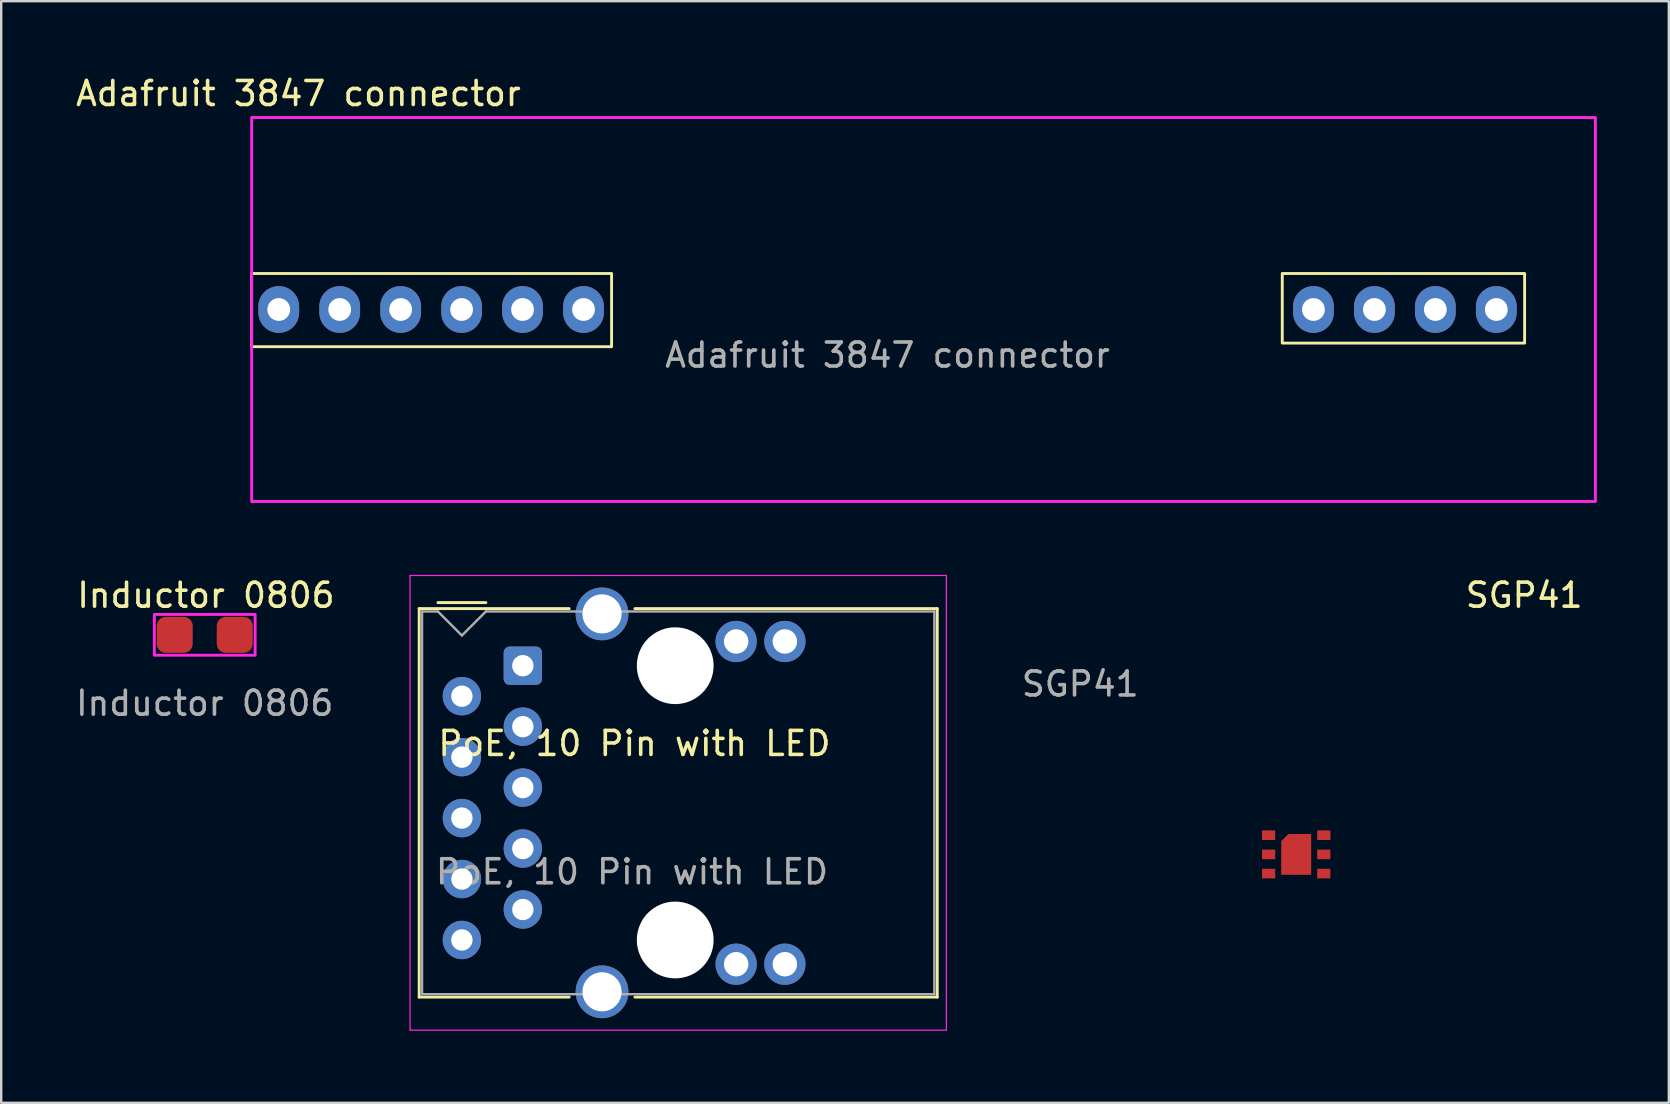
<source format=kicad_pcb>
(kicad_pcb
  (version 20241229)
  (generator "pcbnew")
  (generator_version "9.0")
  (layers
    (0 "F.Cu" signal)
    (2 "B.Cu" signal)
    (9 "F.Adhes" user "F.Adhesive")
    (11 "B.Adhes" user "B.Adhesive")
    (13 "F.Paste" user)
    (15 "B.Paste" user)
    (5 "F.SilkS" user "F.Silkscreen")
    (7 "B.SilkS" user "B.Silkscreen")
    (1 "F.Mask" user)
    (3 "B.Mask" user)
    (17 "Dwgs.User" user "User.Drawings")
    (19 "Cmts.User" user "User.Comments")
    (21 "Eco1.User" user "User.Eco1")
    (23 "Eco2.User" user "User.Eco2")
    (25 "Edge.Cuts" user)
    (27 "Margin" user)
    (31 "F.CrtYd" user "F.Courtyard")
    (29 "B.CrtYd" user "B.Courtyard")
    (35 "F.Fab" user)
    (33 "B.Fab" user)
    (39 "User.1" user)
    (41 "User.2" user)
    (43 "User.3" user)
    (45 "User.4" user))
  (footprint "PoE, 10 Pin with LED"
    (layer "F.Cu")
    (at 24.859 29.813)
    (property "Reference" "PoE, 10 Pin with LED" (at -1.47 -1.88 0) (unlocked yes) (layer "F.SilkS") (effects (font (size 1 1) (thickness 0.15))))
    (attr smd)
    (fp_line (start -10.44 -7.5) (end -10.44 8.69) (stroke (width 0.12) (type solid)) (layer "F.SilkS"))
    (fp_line (start -10.44 8.69) (end -4.19 8.69) (stroke (width 0.12) (type solid)) (layer "F.SilkS"))
    (fp_line (start -9.66 -7.75) (end -7.66 -7.75) (stroke (width 0.12) (type solid)) (layer "F.SilkS"))
    (fp_line (start -4.19 -7.5) (end -10.44 -7.5) (stroke (width 0.12) (type solid)) (layer "F.SilkS"))
    (fp_line (start -1.45 8.69) (end 11.15 8.69) (stroke (width 0.12) (type solid)) (layer "F.SilkS"))
    (fp_line (start 11.15 -7.5) (end -1.45 -7.5) (stroke (width 0.12) (type solid)) (layer "F.SilkS"))
    (fp_line (start 11.15 8.69) (end 11.15 -7.5) (stroke (width 0.12) (type solid)) (layer "F.SilkS"))
    (fp_line (start -10.82 -8.88) (end -10.82 10.07) (stroke (width 0.05) (type solid)) (layer "F.CrtYd"))
    (fp_line (start 11.53 -8.88) (end -10.82 -8.88) (stroke (width 0.05) (type solid)) (layer "F.CrtYd"))
    (fp_line (start 11.53 10.07) (end -10.82 10.07) (stroke (width 0.05) (type solid)) (layer "F.CrtYd"))
    (fp_line (start 11.53 10.07) (end 11.53 -8.88) (stroke (width 0.05) (type solid)) (layer "F.CrtYd"))
    (fp_line (start -10.32 -7.38) (end -10.32 8.57) (stroke (width 0.1) (type solid)) (layer "F.Fab"))
    (fp_line (start -10.32 8.57) (end 11.03 8.57) (stroke (width 0.1) (type solid)) (layer "F.Fab"))
    (fp_line (start -9.66 -7.38) (end -10.32 -7.38) (stroke (width 0.1) (type solid)) (layer "F.Fab"))
    (fp_line (start -8.66 -6.38) (end -9.66 -7.38) (stroke (width 0.1) (type solid)) (layer "F.Fab"))
    (fp_line (start -8.66 -6.38) (end -7.66 -7.38) (stroke (width 0.1) (type solid)) (layer "F.Fab"))
    (fp_line (start 11.03 -7.38) (end -7.66 -7.38) (stroke (width 0.1) (type solid)) (layer "F.Fab"))
    (fp_line (start 11.03 8.57) (end 11.03 -7.38) (stroke (width 0.1) (type solid)) (layer "F.Fab"))
    (fp_text user "${REFERENCE}" (at -1.57 3.47 0) (unlocked yes) (layer "F.Fab") (effects (font (size 1 1) (thickness 0.15))))
    (pad "" np_thru_hole circle (at 0.23 -5.12 90) (size 3.2 3.2) (drill 3.2) (layers "*.Cu" "*.Mask"))
    (pad "" np_thru_hole circle (at 0.23 6.31 90) (size 3.2 3.2) (drill 3.2) (layers "*.Cu" "*.Mask"))
    (pad "1" thru_hole roundrect (at -6.12 -5.12 90) (size 1.6 1.6) (drill 0.89) (layers "*.Cu" "*.Mask") (roundrect_rratio 0.155))
    (pad "2" thru_hole circle (at -8.66 -3.85 90) (size 1.6 1.6) (drill 0.89) (layers "*.Cu" "*.Mask"))
    (pad "3" thru_hole circle (at -6.12 -2.58 90) (size 1.6 1.6) (drill 0.89) (layers "*.Cu" "*.Mask"))
    (pad "4" thru_hole circle (at -8.66 -1.31 90) (size 1.6 1.6) (drill 0.89) (layers "*.Cu" "*.Mask"))
    (pad "5" thru_hole circle (at -6.12 -0.04 90) (size 1.6 1.6) (drill 0.89) (layers "*.Cu" "*.Mask"))
    (pad "6" thru_hole circle (at -8.66 1.23 90) (size 1.6 1.6) (drill 0.89) (layers "*.Cu" "*.Mask"))
    (pad "7" thru_hole circle (at -6.12 2.5 90) (size 1.6 1.6) (drill 0.89) (layers "*.Cu" "*.Mask"))
    (pad "8" thru_hole circle (at -8.66 3.77 90) (size 1.6 1.6) (drill 0.89) (layers "*.Cu" "*.Mask"))
    (pad "9" thru_hole circle (at -6.12 5.04 90) (size 1.6 1.6) (drill 0.89) (layers "*.Cu" "*.Mask"))
    (pad "10" thru_hole circle (at -8.66 6.31 90) (size 1.6 1.6) (drill 0.89) (layers "*.Cu" "*.Mask"))
    (pad "11" thru_hole circle (at 2.77 -6.13 90) (size 1.72 1.72) (drill 1.02) (layers "*.Cu" "*.Mask"))
    (pad "12" thru_hole circle (at 4.8 -6.13 90) (size 1.72 1.72) (drill 1.02) (layers "*.Cu" "*.Mask"))
    (pad "13" thru_hole circle (at 2.77 7.32 90) (size 1.72 1.72) (drill 1.02) (layers "*.Cu" "*.Mask"))
    (pad "14" thru_hole circle (at 4.8 7.32 90) (size 1.72 1.72) (drill 1.02) (layers "*.Cu" "*.Mask"))
    (pad "15" thru_hole circle (at -2.82 -7.28 90) (size 2.2 2.2) (drill 1.63) (layers "*.Cu" "*.Mask"))
    (pad "16" thru_hole circle (at -2.82 8.47 90) (size 2.2 2.2) (drill 1.63) (layers "*.Cu" "*.Mask")))
  (footprint "Adafruit 3847 connector"
    (layer "F.Cu")
    (at 33.937 9.848)
    (property "Reference" "Adafruit 3847 connector" (at -24.55 -9 0) (unlocked yes) (layer "F.SilkS") (effects (font (size 1 1) (thickness 0.15))))
    (attr through_hole)
    (fp_rect (start -11.5 -1.5) (end -26.5 1.55) (stroke (width 0.12) (type solid)) (fill no) (layer "F.SilkS"))
    (fp_rect (start 16.45 -1.5) (end 26.55 1.4) (stroke (width 0.12) (type solid)) (fill no) (layer "F.SilkS"))
    (fp_rect (start -26.5 -8) (end 29.5 8) (stroke (width 0.12) (type solid)) (fill no) (layer "F.CrtYd"))
    (fp_text user "${REFERENCE}" (at 0 1.9 0) (unlocked yes) (layer "F.Fab") (effects (font (size 1 1) (thickness 0.15))))
    (pad "1" thru_hole oval (at -25.37 0) (size 1.7 1.95) (drill 0.95) (layers "*.Cu" "*.Mask"))
    (pad "2" thru_hole oval (at -22.83 0) (size 1.7 1.95) (drill 0.95) (layers "*.Cu" "*.Mask"))
    (pad "3" thru_hole oval (at -20.29 0) (size 1.7 1.95) (drill 0.95) (layers "*.Cu" "*.Mask" "Eco2.User"))
    (pad "4" thru_hole oval (at -17.75 0) (size 1.7 1.95) (drill 0.95) (layers "*.Cu" "*.Mask"))
    (pad "5" thru_hole oval (at -15.21 0) (size 1.7 1.95) (drill 0.95) (layers "*.Cu" "*.Mask"))
    (pad "6" thru_hole oval (at -12.67 0) (size 1.7 1.95) (drill 0.95) (layers "*.Cu" "*.Mask"))
    (pad "7" thru_hole oval (at 17.75 0) (size 1.7 1.95) (drill 0.95) (layers "*.Cu" "*.Mask"))
    (pad "8" thru_hole oval (at 20.29 0) (size 1.7 1.95) (drill 0.95) (layers "*.Cu" "*.Mask"))
    (pad "9" thru_hole oval (at 22.83 0) (size 1.7 1.95) (drill 0.95) (layers "*.Cu" "*.Mask"))
    (pad "10" thru_hole oval (at 25.37 0) (size 1.7 1.95) (drill 0.95) (layers "*.Cu" "*.Mask")))
  (footprint "SGP41"
    (layer "F.Cu")
    (at 50.968 32.556)
    (property "Reference" "SGP41" (at 9.5 -10.8 0) (unlocked yes) (layer "F.SilkS") (effects (font (size 1 1) (thickness 0.15))))
    (attr smd)
    (fp_text user "${REFERENCE}" (at -9 -7.1 0) (unlocked yes) (layer "F.Fab") (effects (font (size 1 1) (thickness 0.15))))
    (pad "1" smd rect (at -1.15 -0.8) (size 0.55 0.4) (layers "F.Cu" "F.Mask" "F.Paste"))
    (pad "2" smd rect (at -1.15 0) (size 0.55 0.4) (layers "F.Cu" "F.Mask" "F.Paste"))
    (pad "3" smd rect (at -1.15 0.8) (size 0.55 0.4) (layers "F.Cu" "F.Mask" "F.Paste"))
    (pad "4" smd rect (at 1.15 0.8) (size 0.55 0.4) (layers "F.Cu" "F.Mask" "F.Paste"))
    (pad "5" smd rect (at 1.15 0) (size 0.55 0.4) (layers "F.Cu" "F.Mask" "F.Paste"))
    (pad "6" smd rect (at 1.15 -0.8) (size 0.55 0.4) (layers "F.Cu" "F.Mask" "F.Paste"))
    (pad "Die" smd roundrect (at 0 0) (size 1.25 1.7) (layers "F.Cu" "F.Paste") (roundrect_rratio 0) (chamfer_ratio 0.24) (chamfer top_left))
    (pad "mask" smd roundrect (at 0 0) (size 1.05 1.5) (layers "F.Cu" "F.Paste") (roundrect_rratio 0) (chamfer_ratio 0.24) (chamfer top_left)))
  (footprint "Inductor 0806"
    (layer "F.Cu")
    (at 5.482 23.407)
    (property "Reference" "Inductor 0806" (at 0.05 -1.65 0) (unlocked yes) (layer "F.SilkS") (effects (font (size 1 1) (thickness 0.15))))
    (attr smd)
    (fp_rect (start -2.1 -0.85) (end 2.1 0.85) (stroke (width 0.12) (type solid)) (fill no) (layer "F.CrtYd"))
    (fp_text user "${REFERENCE}" (at 0 2.85 0) (unlocked yes) (layer "F.Fab") (effects (font (size 1 1) (thickness 0.15))))
    (pad "1" smd roundrect (at 1.25 0) (size 1.5 1.5) (layers "F.Cu" "F.Mask" "B.Adhes" "F.Paste") (roundrect_rratio 0.25))
    (pad "2" smd roundrect (at -1.25 0) (size 1.5 1.5) (layers "F.Cu" "F.Mask" "F.Paste") (roundrect_rratio 0.25)))
  (gr_rect
    (start -3 -3)
    (end 66.497 42.908)
    (stroke (width 0.1) (type default))
    (fill no)
    (layer "Edge.Cuts")))
</source>
